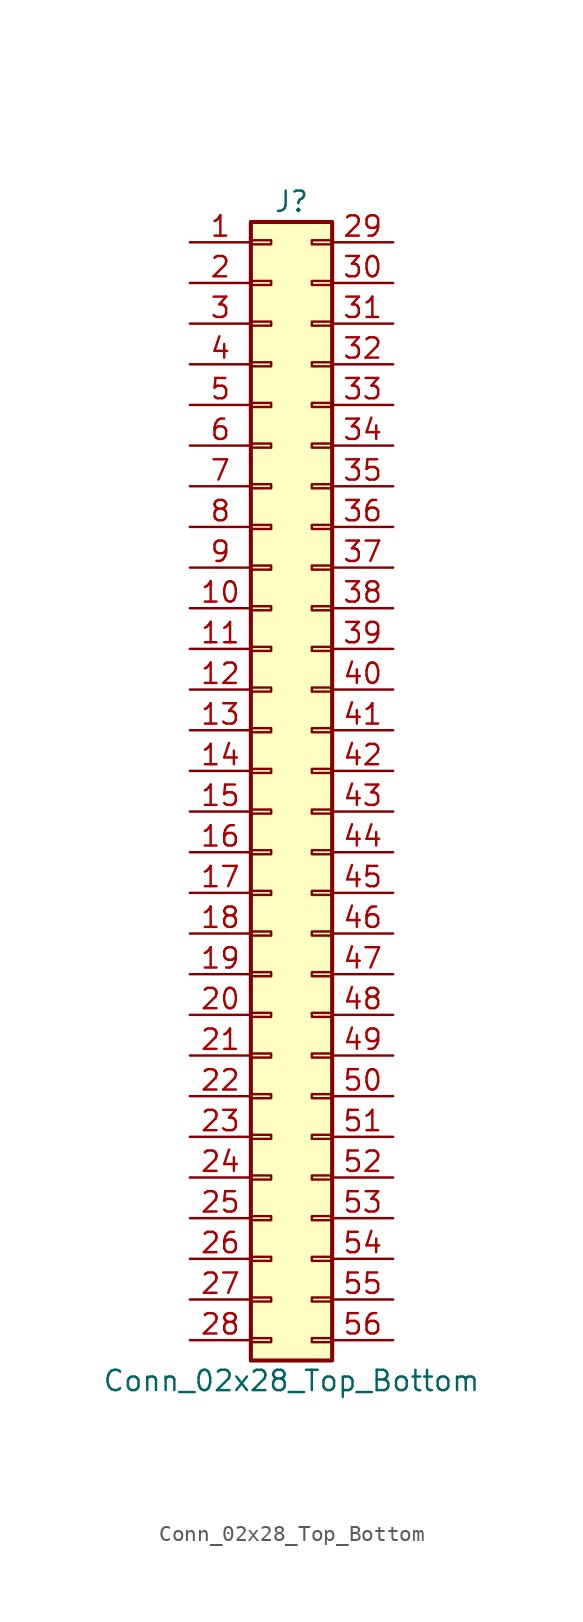
<source format=kicad_sym>
(kicad_symbol_lib
  (version 20211014)
  (generator kicad_symbol_editor)
  (symbol "Conn_02x28_Top_Bottom"
    (pin_names
      (offset 1.016) hide)
    (property "Reference" "J"
      (at 1.27 35.56 0)
      (effects (font (size 1.27 1.27))))
    (property "Value" "Conn_02x28_Top_Bottom"
      (at 1.27 -38.1 0)
      (effects (font (size 1.27 1.27))))
    (symbol "Conn_02x28_Top_Bottom_1_1"
      (rectangle (start -1.27 -35.433) (end 0 -35.687) (stroke (width 0.152) (type default) (color 0 0 0 0)) (fill (type none)))
      (rectangle (start -1.27 -32.893) (end 0 -33.147) (stroke (width 0.152) (type default) (color 0 0 0 0)) (fill (type none)))
      (rectangle (start -1.27 -30.353) (end 0 -30.607) (stroke (width 0.152) (type default) (color 0 0 0 0)) (fill (type none)))
      (rectangle (start -1.27 -27.813) (end 0 -28.067) (stroke (width 0.152) (type default) (color 0 0 0 0)) (fill (type none)))
      (rectangle (start -1.27 -25.273) (end 0 -25.527) (stroke (width 0.152) (type default) (color 0 0 0 0)) (fill (type none)))
      (rectangle (start -1.27 -22.733) (end 0 -22.987) (stroke (width 0.152) (type default) (color 0 0 0 0)) (fill (type none)))
      (rectangle (start -1.27 -20.193) (end 0 -20.447) (stroke (width 0.152) (type default) (color 0 0 0 0)) (fill (type none)))
      (rectangle (start -1.27 -17.653) (end 0 -17.907) (stroke (width 0.152) (type default) (color 0 0 0 0)) (fill (type none)))
      (rectangle (start -1.27 -15.113) (end 0 -15.367) (stroke (width 0.152) (type default) (color 0 0 0 0)) (fill (type none)))
      (rectangle (start -1.27 -12.573) (end 0 -12.827) (stroke (width 0.152) (type default) (color 0 0 0 0)) (fill (type none)))
      (rectangle (start -1.27 -10.033) (end 0 -10.287) (stroke (width 0.152) (type default) (color 0 0 0 0)) (fill (type none)))
      (rectangle (start -1.27 -7.493) (end 0 -7.747) (stroke (width 0.152) (type default) (color 0 0 0 0)) (fill (type none)))
      (rectangle (start -1.27 -4.953) (end 0 -5.207) (stroke (width 0.152) (type default) (color 0 0 0 0)) (fill (type none)))
      (rectangle (start -1.27 -2.413) (end 0 -2.667) (stroke (width 0.152) (type default) (color 0 0 0 0)) (fill (type none)))
      (rectangle (start -1.27 0.127) (end 0 -0.127) (stroke (width 0.152) (type default) (color 0 0 0 0)) (fill (type none)))
      (rectangle (start -1.27 2.667) (end 0 2.413) (stroke (width 0.152) (type default) (color 0 0 0 0)) (fill (type none)))
      (rectangle (start -1.27 5.207) (end 0 4.953) (stroke (width 0.152) (type default) (color 0 0 0 0)) (fill (type none)))
      (rectangle (start -1.27 7.747) (end 0 7.493) (stroke (width 0.152) (type default) (color 0 0 0 0)) (fill (type none)))
      (rectangle (start -1.27 10.287) (end 0 10.033) (stroke (width 0.152) (type default) (color 0 0 0 0)) (fill (type none)))
      (rectangle (start -1.27 12.827) (end 0 12.573) (stroke (width 0.152) (type default) (color 0 0 0 0)) (fill (type none)))
      (rectangle (start -1.27 15.367) (end 0 15.113) (stroke (width 0.152) (type default) (color 0 0 0 0)) (fill (type none)))
      (rectangle (start -1.27 17.907) (end 0 17.653) (stroke (width 0.152) (type default) (color 0 0 0 0)) (fill (type none)))
      (rectangle (start -1.27 20.447) (end 0 20.193) (stroke (width 0.152) (type default) (color 0 0 0 0)) (fill (type none)))
      (rectangle (start -1.27 22.987) (end 0 22.733) (stroke (width 0.152) (type default) (color 0 0 0 0)) (fill (type none)))
      (rectangle (start -1.27 25.527) (end 0 25.273) (stroke (width 0.152) (type default) (color 0 0 0 0)) (fill (type none)))
      (rectangle (start -1.27 28.067) (end 0 27.813) (stroke (width 0.152) (type default) (color 0 0 0 0)) (fill (type none)))
      (rectangle (start -1.27 30.607) (end 0 30.353) (stroke (width 0.152) (type default) (color 0 0 0 0)) (fill (type none)))
      (rectangle (start -1.27 33.147) (end 0 32.893) (stroke (width 0.152) (type default) (color 0 0 0 0)) (fill (type none)))
      (rectangle (start -1.27 34.29) (end 3.81 -36.83) (stroke (width 0.254) (type default) (color 0 0 0 0)) (fill (type background)))
      (rectangle (start 3.81 -35.433) (end 2.54 -35.687) (stroke (width 0.152) (type default) (color 0 0 0 0)) (fill (type none)))
      (rectangle (start 3.81 -32.893) (end 2.54 -33.147) (stroke (width 0.152) (type default) (color 0 0 0 0)) (fill (type none)))
      (rectangle (start 3.81 -30.353) (end 2.54 -30.607) (stroke (width 0.152) (type default) (color 0 0 0 0)) (fill (type none)))
      (rectangle (start 3.81 -27.813) (end 2.54 -28.067) (stroke (width 0.152) (type default) (color 0 0 0 0)) (fill (type none)))
      (rectangle (start 3.81 -25.273) (end 2.54 -25.527) (stroke (width 0.152) (type default) (color 0 0 0 0)) (fill (type none)))
      (rectangle (start 3.81 -22.733) (end 2.54 -22.987) (stroke (width 0.152) (type default) (color 0 0 0 0)) (fill (type none)))
      (rectangle (start 3.81 -20.193) (end 2.54 -20.447) (stroke (width 0.152) (type default) (color 0 0 0 0)) (fill (type none)))
      (rectangle (start 3.81 -17.653) (end 2.54 -17.907) (stroke (width 0.152) (type default) (color 0 0 0 0)) (fill (type none)))
      (rectangle (start 3.81 -15.113) (end 2.54 -15.367) (stroke (width 0.152) (type default) (color 0 0 0 0)) (fill (type none)))
      (rectangle (start 3.81 -12.573) (end 2.54 -12.827) (stroke (width 0.152) (type default) (color 0 0 0 0)) (fill (type none)))
      (rectangle (start 3.81 -10.033) (end 2.54 -10.287) (stroke (width 0.152) (type default) (color 0 0 0 0)) (fill (type none)))
      (rectangle (start 3.81 -7.493) (end 2.54 -7.747) (stroke (width 0.152) (type default) (color 0 0 0 0)) (fill (type none)))
      (rectangle (start 3.81 -4.953) (end 2.54 -5.207) (stroke (width 0.152) (type default) (color 0 0 0 0)) (fill (type none)))
      (rectangle (start 3.81 -2.413) (end 2.54 -2.667) (stroke (width 0.152) (type default) (color 0 0 0 0)) (fill (type none)))
      (rectangle (start 3.81 0.127) (end 2.54 -0.127) (stroke (width 0.152) (type default) (color 0 0 0 0)) (fill (type none)))
      (rectangle (start 3.81 2.667) (end 2.54 2.413) (stroke (width 0.152) (type default) (color 0 0 0 0)) (fill (type none)))
      (rectangle (start 3.81 5.207) (end 2.54 4.953) (stroke (width 0.152) (type default) (color 0 0 0 0)) (fill (type none)))
      (rectangle (start 3.81 7.747) (end 2.54 7.493) (stroke (width 0.152) (type default) (color 0 0 0 0)) (fill (type none)))
      (rectangle (start 3.81 10.287) (end 2.54 10.033) (stroke (width 0.152) (type default) (color 0 0 0 0)) (fill (type none)))
      (rectangle (start 3.81 12.827) (end 2.54 12.573) (stroke (width 0.152) (type default) (color 0 0 0 0)) (fill (type none)))
      (rectangle (start 3.81 15.367) (end 2.54 15.113) (stroke (width 0.152) (type default) (color 0 0 0 0)) (fill (type none)))
      (rectangle (start 3.81 17.907) (end 2.54 17.653) (stroke (width 0.152) (type default) (color 0 0 0 0)) (fill (type none)))
      (rectangle (start 3.81 20.447) (end 2.54 20.193) (stroke (width 0.152) (type default) (color 0 0 0 0)) (fill (type none)))
      (rectangle (start 3.81 22.987) (end 2.54 22.733) (stroke (width 0.152) (type default) (color 0 0 0 0)) (fill (type none)))
      (rectangle (start 3.81 25.527) (end 2.54 25.273) (stroke (width 0.152) (type default) (color 0 0 0 0)) (fill (type none)))
      (rectangle (start 3.81 28.067) (end 2.54 27.813) (stroke (width 0.152) (type default) (color 0 0 0 0)) (fill (type none)))
      (rectangle (start 3.81 30.607) (end 2.54 30.353) (stroke (width 0.152) (type default) (color 0 0 0 0)) (fill (type none)))
      (rectangle (start 3.81 33.147) (end 2.54 32.893) (stroke (width 0.152) (type default) (color 0 0 0 0)) (fill (type none)))
      (pin passive line (at -5.08 33.02 0) (length 3.81) (name "Pin_1" (effects (font (size 1.27 1.27)))) (number "1" (effects (font (size 1.27 1.27)))))
      (pin passive line (at -5.08 10.16 0) (length 3.81) (name "Pin_10" (effects (font (size 1.27 1.27)))) (number "10" (effects (font (size 1.27 1.27)))))
      (pin passive line (at -5.08 7.62 0) (length 3.81) (name "Pin_11" (effects (font (size 1.27 1.27)))) (number "11" (effects (font (size 1.27 1.27)))))
      (pin passive line (at -5.08 5.08 0) (length 3.81) (name "Pin_12" (effects (font (size 1.27 1.27)))) (number "12" (effects (font (size 1.27 1.27)))))
      (pin passive line (at -5.08 2.54 0) (length 3.81) (name "Pin_13" (effects (font (size 1.27 1.27)))) (number "13" (effects (font (size 1.27 1.27)))))
      (pin passive line (at -5.08 0 0) (length 3.81) (name "Pin_14" (effects (font (size 1.27 1.27)))) (number "14" (effects (font (size 1.27 1.27)))))
      (pin passive line (at -5.08 -2.54 0) (length 3.81) (name "Pin_15" (effects (font (size 1.27 1.27)))) (number "15" (effects (font (size 1.27 1.27)))))
      (pin passive line (at -5.08 -5.08 0) (length 3.81) (name "Pin_16" (effects (font (size 1.27 1.27)))) (number "16" (effects (font (size 1.27 1.27)))))
      (pin passive line (at -5.08 -7.62 0) (length 3.81) (name "Pin_17" (effects (font (size 1.27 1.27)))) (number "17" (effects (font (size 1.27 1.27)))))
      (pin passive line (at -5.08 -10.16 0) (length 3.81) (name "Pin_18" (effects (font (size 1.27 1.27)))) (number "18" (effects (font (size 1.27 1.27)))))
      (pin passive line (at -5.08 -12.7 0) (length 3.81) (name "Pin_19" (effects (font (size 1.27 1.27)))) (number "19" (effects (font (size 1.27 1.27)))))
      (pin passive line (at -5.08 30.48 0) (length 3.81) (name "Pin_2" (effects (font (size 1.27 1.27)))) (number "2" (effects (font (size 1.27 1.27)))))
      (pin passive line (at -5.08 -15.24 0) (length 3.81) (name "Pin_20" (effects (font (size 1.27 1.27)))) (number "20" (effects (font (size 1.27 1.27)))))
      (pin passive line (at -5.08 -17.78 0) (length 3.81) (name "Pin_21" (effects (font (size 1.27 1.27)))) (number "21" (effects (font (size 1.27 1.27)))))
      (pin passive line (at -5.08 -20.32 0) (length 3.81) (name "Pin_22" (effects (font (size 1.27 1.27)))) (number "22" (effects (font (size 1.27 1.27)))))
      (pin passive line (at -5.08 -22.86 0) (length 3.81) (name "Pin_23" (effects (font (size 1.27 1.27)))) (number "23" (effects (font (size 1.27 1.27)))))
      (pin passive line (at -5.08 -25.4 0) (length 3.81) (name "Pin_24" (effects (font (size 1.27 1.27)))) (number "24" (effects (font (size 1.27 1.27)))))
      (pin passive line (at -5.08 -27.94 0) (length 3.81) (name "Pin_25" (effects (font (size 1.27 1.27)))) (number "25" (effects (font (size 1.27 1.27)))))
      (pin passive line (at -5.08 -30.48 0) (length 3.81) (name "Pin_26" (effects (font (size 1.27 1.27)))) (number "26" (effects (font (size 1.27 1.27)))))
      (pin passive line (at -5.08 -33.02 0) (length 3.81) (name "Pin_27" (effects (font (size 1.27 1.27)))) (number "27" (effects (font (size 1.27 1.27)))))
      (pin passive line (at -5.08 -35.56 0) (length 3.81) (name "Pin_28" (effects (font (size 1.27 1.27)))) (number "28" (effects (font (size 1.27 1.27)))))
      (pin passive line (at 7.62 33.02 180) (length 3.81) (name "Pin_29" (effects (font (size 1.27 1.27)))) (number "29" (effects (font (size 1.27 1.27)))))
      (pin passive line (at -5.08 27.94 0) (length 3.81) (name "Pin_3" (effects (font (size 1.27 1.27)))) (number "3" (effects (font (size 1.27 1.27)))))
      (pin passive line (at 7.62 30.48 180) (length 3.81) (name "Pin_30" (effects (font (size 1.27 1.27)))) (number "30" (effects (font (size 1.27 1.27)))))
      (pin passive line (at 7.62 27.94 180) (length 3.81) (name "Pin_31" (effects (font (size 1.27 1.27)))) (number "31" (effects (font (size 1.27 1.27)))))
      (pin passive line (at 7.62 25.4 180) (length 3.81) (name "Pin_32" (effects (font (size 1.27 1.27)))) (number "32" (effects (font (size 1.27 1.27)))))
      (pin passive line (at 7.62 22.86 180) (length 3.81) (name "Pin_33" (effects (font (size 1.27 1.27)))) (number "33" (effects (font (size 1.27 1.27)))))
      (pin passive line (at 7.62 20.32 180) (length 3.81) (name "Pin_34" (effects (font (size 1.27 1.27)))) (number "34" (effects (font (size 1.27 1.27)))))
      (pin passive line (at 7.62 17.78 180) (length 3.81) (name "Pin_35" (effects (font (size 1.27 1.27)))) (number "35" (effects (font (size 1.27 1.27)))))
      (pin passive line (at 7.62 15.24 180) (length 3.81) (name "Pin_36" (effects (font (size 1.27 1.27)))) (number "36" (effects (font (size 1.27 1.27)))))
      (pin passive line (at 7.62 12.7 180) (length 3.81) (name "Pin_37" (effects (font (size 1.27 1.27)))) (number "37" (effects (font (size 1.27 1.27)))))
      (pin passive line (at 7.62 10.16 180) (length 3.81) (name "Pin_38" (effects (font (size 1.27 1.27)))) (number "38" (effects (font (size 1.27 1.27)))))
      (pin passive line (at 7.62 7.62 180) (length 3.81) (name "Pin_39" (effects (font (size 1.27 1.27)))) (number "39" (effects (font (size 1.27 1.27)))))
      (pin passive line (at -5.08 25.4 0) (length 3.81) (name "Pin_4" (effects (font (size 1.27 1.27)))) (number "4" (effects (font (size 1.27 1.27)))))
      (pin passive line (at 7.62 5.08 180) (length 3.81) (name "Pin_40" (effects (font (size 1.27 1.27)))) (number "40" (effects (font (size 1.27 1.27)))))
      (pin passive line (at 7.62 2.54 180) (length 3.81) (name "Pin_41" (effects (font (size 1.27 1.27)))) (number "41" (effects (font (size 1.27 1.27)))))
      (pin passive line (at 7.62 0 180) (length 3.81) (name "Pin_42" (effects (font (size 1.27 1.27)))) (number "42" (effects (font (size 1.27 1.27)))))
      (pin passive line (at 7.62 -2.54 180) (length 3.81) (name "Pin_43" (effects (font (size 1.27 1.27)))) (number "43" (effects (font (size 1.27 1.27)))))
      (pin passive line (at 7.62 -5.08 180) (length 3.81) (name "Pin_44" (effects (font (size 1.27 1.27)))) (number "44" (effects (font (size 1.27 1.27)))))
      (pin passive line (at 7.62 -7.62 180) (length 3.81) (name "Pin_45" (effects (font (size 1.27 1.27)))) (number "45" (effects (font (size 1.27 1.27)))))
      (pin passive line (at 7.62 -10.16 180) (length 3.81) (name "Pin_46" (effects (font (size 1.27 1.27)))) (number "46" (effects (font (size 1.27 1.27)))))
      (pin passive line (at 7.62 -12.7 180) (length 3.81) (name "Pin_47" (effects (font (size 1.27 1.27)))) (number "47" (effects (font (size 1.27 1.27)))))
      (pin passive line (at 7.62 -15.24 180) (length 3.81) (name "Pin_48" (effects (font (size 1.27 1.27)))) (number "48" (effects (font (size 1.27 1.27)))))
      (pin passive line (at 7.62 -17.78 180) (length 3.81) (name "Pin_49" (effects (font (size 1.27 1.27)))) (number "49" (effects (font (size 1.27 1.27)))))
      (pin passive line (at -5.08 22.86 0) (length 3.81) (name "Pin_5" (effects (font (size 1.27 1.27)))) (number "5" (effects (font (size 1.27 1.27)))))
      (pin passive line (at 7.62 -20.32 180) (length 3.81) (name "Pin_50" (effects (font (size 1.27 1.27)))) (number "50" (effects (font (size 1.27 1.27)))))
      (pin passive line (at 7.62 -22.86 180) (length 3.81) (name "Pin_51" (effects (font (size 1.27 1.27)))) (number "51" (effects (font (size 1.27 1.27)))))
      (pin passive line (at 7.62 -25.4 180) (length 3.81) (name "Pin_52" (effects (font (size 1.27 1.27)))) (number "52" (effects (font (size 1.27 1.27)))))
      (pin passive line (at 7.62 -27.94 180) (length 3.81) (name "Pin_53" (effects (font (size 1.27 1.27)))) (number "53" (effects (font (size 1.27 1.27)))))
      (pin passive line (at 7.62 -30.48 180) (length 3.81) (name "Pin_54" (effects (font (size 1.27 1.27)))) (number "54" (effects (font (size 1.27 1.27)))))
      (pin passive line (at 7.62 -33.02 180) (length 3.81) (name "Pin_55" (effects (font (size 1.27 1.27)))) (number "55" (effects (font (size 1.27 1.27)))))
      (pin passive line (at 7.62 -35.56 180) (length 3.81) (name "Pin_56" (effects (font (size 1.27 1.27)))) (number "56" (effects (font (size 1.27 1.27)))))
      (pin passive line (at -5.08 20.32 0) (length 3.81) (name "Pin_6" (effects (font (size 1.27 1.27)))) (number "6" (effects (font (size 1.27 1.27)))))
      (pin passive line (at -5.08 17.78 0) (length 3.81) (name "Pin_7" (effects (font (size 1.27 1.27)))) (number "7" (effects (font (size 1.27 1.27)))))
      (pin passive line (at -5.08 15.24 0) (length 3.81) (name "Pin_8" (effects (font (size 1.27 1.27)))) (number "8" (effects (font (size 1.27 1.27)))))
      (pin passive line (at -5.08 12.7 0) (length 3.81) (name "Pin_9" (effects (font (size 1.27 1.27)))) (number "9" (effects (font (size 1.27 1.27))))))))
</source>
